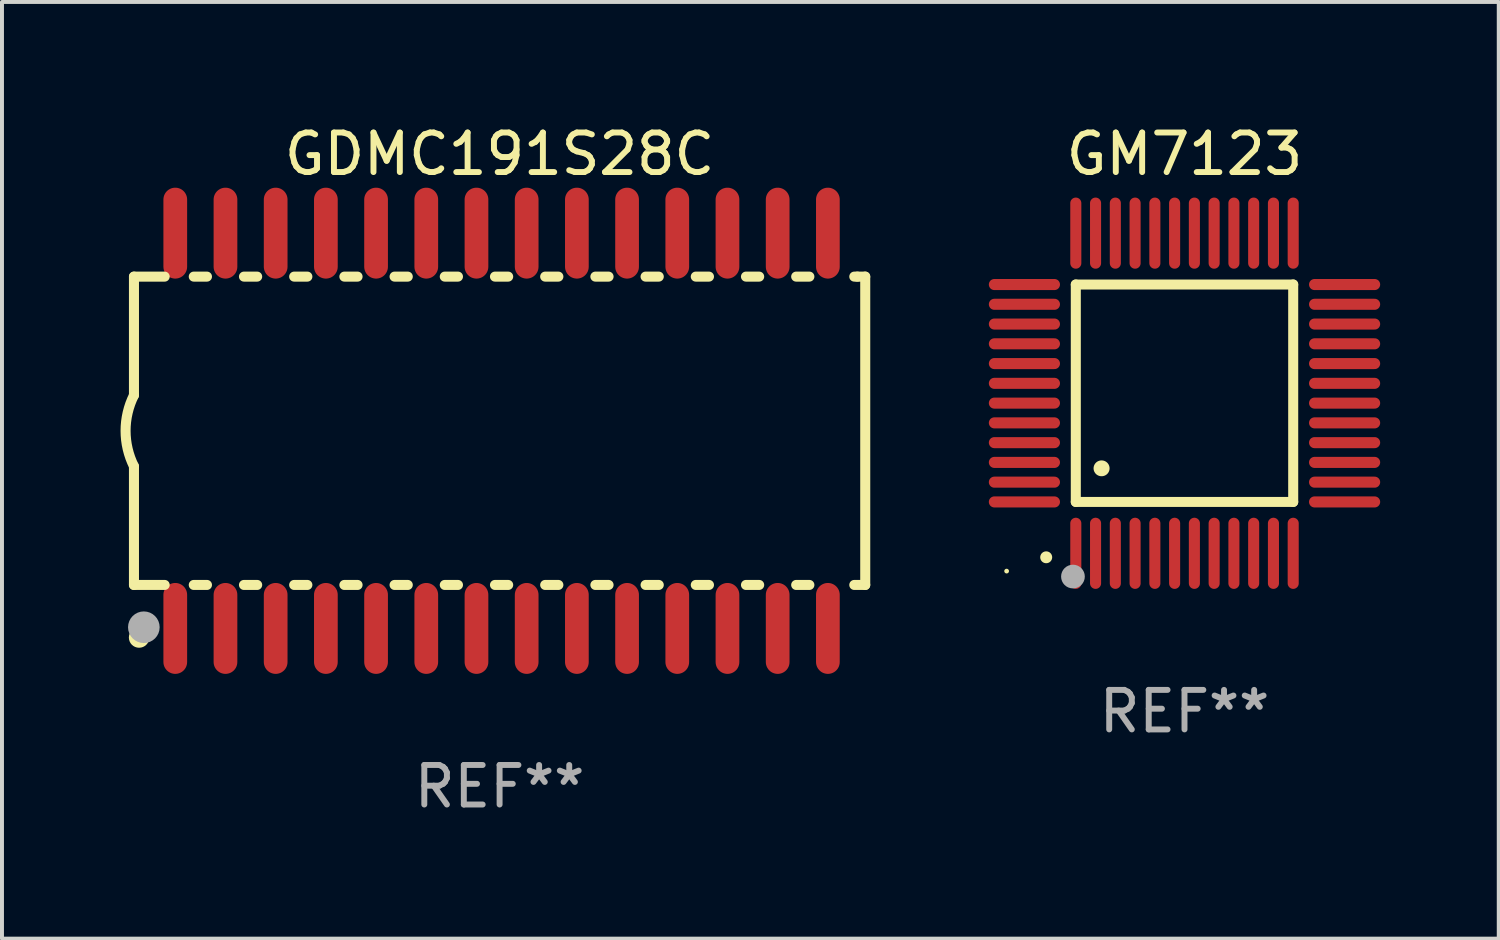
<source format=kicad_pcb>
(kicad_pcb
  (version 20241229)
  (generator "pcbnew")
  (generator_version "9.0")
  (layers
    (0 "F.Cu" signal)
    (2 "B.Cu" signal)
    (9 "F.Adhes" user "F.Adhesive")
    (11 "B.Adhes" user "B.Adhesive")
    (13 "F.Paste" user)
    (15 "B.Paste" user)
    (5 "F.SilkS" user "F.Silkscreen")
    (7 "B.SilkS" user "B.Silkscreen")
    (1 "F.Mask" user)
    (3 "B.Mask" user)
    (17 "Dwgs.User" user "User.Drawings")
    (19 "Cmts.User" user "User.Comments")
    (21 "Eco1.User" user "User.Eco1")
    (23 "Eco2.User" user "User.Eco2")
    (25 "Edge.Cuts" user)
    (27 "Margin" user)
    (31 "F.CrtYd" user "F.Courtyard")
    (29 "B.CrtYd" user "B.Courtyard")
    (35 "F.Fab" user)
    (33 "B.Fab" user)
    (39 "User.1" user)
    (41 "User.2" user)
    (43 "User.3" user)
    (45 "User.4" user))
  (footprint "GM7123"
    (layer "F.Cu")
    (at 26.916 6.898)
    (property "Reference" "GM7123" (at 0 -6.05 0) (layer "F.SilkS") (effects (font (size 1 1) (thickness 0.15))))
    (attr through_hole)
    (fp_line (start -2.75 -2.75) (end 2.75 -2.75) (stroke (width 0.254) (type solid)) (layer "F.SilkS"))
    (fp_line (start -2.75 2.75) (end -2.75 -2.75) (stroke (width 0.254) (type solid)) (layer "F.SilkS"))
    (fp_line (start 2.75 -2.75) (end 2.75 2.75) (stroke (width 0.254) (type solid)) (layer "F.SilkS"))
    (fp_line (start 2.75 2.75) (end -2.75 2.75) (stroke (width 0.254) (type solid)) (layer "F.SilkS"))
    (fp_arc (start -3.500127 4.150368) (mid -3.498857 4.150363) (end -3.497587 4.150368) (stroke (width 0.3) (type solid)) (layer "F.SilkS"))
    (fp_arc (start -2.100584 1.899924) (mid -2.098044 1.899908) (end -2.095504 1.899924) (stroke (width 0.4) (type solid)) (layer "F.SilkS"))
    (fp_circle (center -4.5 4.5) (end -4.47 4.5) (stroke (width 0.06) (type solid)) (fill no) (layer "F.SilkS"))
    (fp_circle (center -2.822 4.638) (end -2.672 4.638) (stroke (width 0.3) (type solid)) (fill no) (layer "F.Fab"))
    (fp_text user "REF**" (at 0 8.05 0) (layer "F.Fab") (effects (font (size 1 1) (thickness 0.15))))
    (pad "1" smd oval (at -2.75 4.05) (size 0.28 1.8) (layers "F.Cu" "F.Mask" "F.Paste"))
    (pad "2" smd oval (at -2.25 4.05) (size 0.28 1.8) (layers "F.Cu" "F.Mask" "F.Paste"))
    (pad "3" smd oval (at -1.75 4.05) (size 0.28 1.8) (layers "F.Cu" "F.Mask" "F.Paste"))
    (pad "4" smd oval (at -1.25 4.05) (size 0.28 1.8) (layers "F.Cu" "F.Mask" "F.Paste"))
    (pad "5" smd oval (at -0.75 4.05) (size 0.28 1.8) (layers "F.Cu" "F.Mask" "F.Paste"))
    (pad "6" smd oval (at -0.25 4.05) (size 0.28 1.8) (layers "F.Cu" "F.Mask" "F.Paste"))
    (pad "7" smd oval (at 0.25 4.05) (size 0.28 1.8) (layers "F.Cu" "F.Mask" "F.Paste"))
    (pad "8" smd oval (at 0.75 4.05) (size 0.28 1.8) (layers "F.Cu" "F.Mask" "F.Paste"))
    (pad "9" smd oval (at 1.25 4.05) (size 0.28 1.8) (layers "F.Cu" "F.Mask" "F.Paste"))
    (pad "10" smd oval (at 1.75 4.05) (size 0.28 1.8) (layers "F.Cu" "F.Mask" "F.Paste"))
    (pad "11" smd oval (at 2.25 4.05) (size 0.28 1.8) (layers "F.Cu" "F.Mask" "F.Paste"))
    (pad "12" smd oval (at 2.75 4.05) (size 0.28 1.8) (layers "F.Cu" "F.Mask" "F.Paste"))
    (pad "13" smd oval (at 4.05 2.75) (size 1.8 0.28) (layers "F.Cu" "F.Mask" "F.Paste"))
    (pad "14" smd oval (at 4.05 2.25) (size 1.8 0.28) (layers "F.Cu" "F.Mask" "F.Paste"))
    (pad "15" smd oval (at 4.05 1.75) (size 1.8 0.28) (layers "F.Cu" "F.Mask" "F.Paste"))
    (pad "16" smd oval (at 4.05 1.25) (size 1.8 0.28) (layers "F.Cu" "F.Mask" "F.Paste"))
    (pad "17" smd oval (at 4.05 0.75) (size 1.8 0.28) (layers "F.Cu" "F.Mask" "F.Paste"))
    (pad "18" smd oval (at 4.05 0.25) (size 1.8 0.28) (layers "F.Cu" "F.Mask" "F.Paste"))
    (pad "19" smd oval (at 4.05 -0.25) (size 1.8 0.28) (layers "F.Cu" "F.Mask" "F.Paste"))
    (pad "20" smd oval (at 4.05 -0.75) (size 1.8 0.28) (layers "F.Cu" "F.Mask" "F.Paste"))
    (pad "21" smd oval (at 4.05 -1.25) (size 1.8 0.28) (layers "F.Cu" "F.Mask" "F.Paste"))
    (pad "22" smd oval (at 4.05 -1.75) (size 1.8 0.28) (layers "F.Cu" "F.Mask" "F.Paste"))
    (pad "23" smd oval (at 4.05 -2.25) (size 1.8 0.28) (layers "F.Cu" "F.Mask" "F.Paste"))
    (pad "24" smd oval (at 4.05 -2.75) (size 1.8 0.28) (layers "F.Cu" "F.Mask" "F.Paste"))
    (pad "25" smd oval (at 2.75 -4.05) (size 0.28 1.8) (layers "F.Cu" "F.Mask" "F.Paste"))
    (pad "26" smd oval (at 2.25 -4.05) (size 0.28 1.8) (layers "F.Cu" "F.Mask" "F.Paste"))
    (pad "27" smd oval (at 1.75 -4.05) (size 0.28 1.8) (layers "F.Cu" "F.Mask" "F.Paste"))
    (pad "28" smd oval (at 1.25 -4.05) (size 0.28 1.8) (layers "F.Cu" "F.Mask" "F.Paste"))
    (pad "29" smd oval (at 0.75 -4.05) (size 0.28 1.8) (layers "F.Cu" "F.Mask" "F.Paste"))
    (pad "30" smd oval (at 0.25 -4.05) (size 0.28 1.8) (layers "F.Cu" "F.Mask" "F.Paste"))
    (pad "31" smd oval (at -0.25 -4.05) (size 0.28 1.8) (layers "F.Cu" "F.Mask" "F.Paste"))
    (pad "32" smd oval (at -0.75 -4.05) (size 0.28 1.8) (layers "F.Cu" "F.Mask" "F.Paste"))
    (pad "33" smd oval (at -1.25 -4.05) (size 0.28 1.8) (layers "F.Cu" "F.Mask" "F.Paste"))
    (pad "34" smd oval (at -1.75 -4.05) (size 0.28 1.8) (layers "F.Cu" "F.Mask" "F.Paste"))
    (pad "35" smd oval (at -2.25 -4.05) (size 0.28 1.8) (layers "F.Cu" "F.Mask" "F.Paste"))
    (pad "36" smd oval (at -2.75 -4.05) (size 0.28 1.8) (layers "F.Cu" "F.Mask" "F.Paste"))
    (pad "37" smd oval (at -4.05 -2.75) (size 1.8 0.28) (layers "F.Cu" "F.Mask" "F.Paste"))
    (pad "38" smd oval (at -4.05 -2.25) (size 1.8 0.28) (layers "F.Cu" "F.Mask" "F.Paste"))
    (pad "39" smd oval (at -4.05 -1.75) (size 1.8 0.28) (layers "F.Cu" "F.Mask" "F.Paste"))
    (pad "40" smd oval (at -4.05 -1.25) (size 1.8 0.28) (layers "F.Cu" "F.Mask" "F.Paste"))
    (pad "41" smd oval (at -4.05 -0.75) (size 1.8 0.28) (layers "F.Cu" "F.Mask" "F.Paste"))
    (pad "42" smd oval (at -4.05 -0.25) (size 1.8 0.28) (layers "F.Cu" "F.Mask" "F.Paste"))
    (pad "43" smd oval (at -4.05 0.25) (size 1.8 0.28) (layers "F.Cu" "F.Mask" "F.Paste"))
    (pad "44" smd oval (at -4.05 0.75) (size 1.8 0.28) (layers "F.Cu" "F.Mask" "F.Paste"))
    (pad "45" smd oval (at -4.05 1.25) (size 1.8 0.28) (layers "F.Cu" "F.Mask" "F.Paste"))
    (pad "46" smd oval (at -4.05 1.75) (size 1.8 0.28) (layers "F.Cu" "F.Mask" "F.Paste"))
    (pad "47" smd oval (at -4.05 2.25) (size 1.8 0.28) (layers "F.Cu" "F.Mask" "F.Paste"))
    (pad "48" smd oval (at -4.05 2.75) (size 1.8 0.28) (layers "F.Cu" "F.Mask" "F.Paste")))
  (footprint "GDMC191S28C"
    (layer "F.Cu")
    (at 9.589 7.848)
    (property "Reference" "GDMC191S28C" (at 0 -7 0) (layer "F.SilkS") (effects (font (size 1 1) (thickness 0.15))))
    (attr through_hole)
    (fp_line (start -9.25 -3.9) (end -9.25 -0.9) (stroke (width 0.254) (type solid)) (layer "F.SilkS"))
    (fp_line (start -9.25 -3.9) (end -8.473 -3.9) (stroke (width 0.254) (type solid)) (layer "F.SilkS"))
    (fp_line (start -9.25 3.9) (end -9.25 0.9) (stroke (width 0.254) (type solid)) (layer "F.SilkS"))
    (fp_line (start -9.25 3.9) (end -8.473 3.9) (stroke (width 0.254) (type solid)) (layer "F.SilkS"))
    (fp_line (start -7.737 -3.9) (end -7.403 -3.9) (stroke (width 0.254) (type solid)) (layer "F.SilkS"))
    (fp_line (start -7.737 3.9) (end -7.403 3.9) (stroke (width 0.254) (type solid)) (layer "F.SilkS"))
    (fp_line (start -6.467 3.9) (end -6.133 3.9) (stroke (width 0.254) (type solid)) (layer "F.SilkS"))
    (fp_line (start -6.467 -3.9) (end -6.133 -3.9) (stroke (width 0.254) (type solid)) (layer "F.SilkS"))
    (fp_line (start -5.197 3.9) (end -4.863 3.9) (stroke (width 0.254) (type solid)) (layer "F.SilkS"))
    (fp_line (start -5.197 -3.9) (end -4.863 -3.9) (stroke (width 0.254) (type solid)) (layer "F.SilkS"))
    (fp_line (start -3.927 3.9) (end -3.593 3.9) (stroke (width 0.254) (type solid)) (layer "F.SilkS"))
    (fp_line (start -3.927 -3.9) (end -3.593 -3.9) (stroke (width 0.254) (type solid)) (layer "F.SilkS"))
    (fp_line (start -2.657 3.9) (end -2.323 3.9) (stroke (width 0.254) (type solid)) (layer "F.SilkS"))
    (fp_line (start -2.657 -3.9) (end -2.323 -3.9) (stroke (width 0.254) (type solid)) (layer "F.SilkS"))
    (fp_line (start -1.387 3.9) (end -1.053 3.9) (stroke (width 0.254) (type solid)) (layer "F.SilkS"))
    (fp_line (start -1.387 -3.9) (end -1.053 -3.9) (stroke (width 0.254) (type solid)) (layer "F.SilkS"))
    (fp_line (start -0.117 3.9) (end 0.217 3.9) (stroke (width 0.254) (type solid)) (layer "F.SilkS"))
    (fp_line (start -0.117 -3.9) (end 0.217 -3.9) (stroke (width 0.254) (type solid)) (layer "F.SilkS"))
    (fp_line (start 1.153 3.9) (end 1.487 3.9) (stroke (width 0.254) (type solid)) (layer "F.SilkS"))
    (fp_line (start 1.153 -3.9) (end 1.487 -3.9) (stroke (width 0.254) (type solid)) (layer "F.SilkS"))
    (fp_line (start 2.423 3.9) (end 2.757 3.9) (stroke (width 0.254) (type solid)) (layer "F.SilkS"))
    (fp_line (start 2.423 -3.9) (end 2.757 -3.9) (stroke (width 0.254) (type solid)) (layer "F.SilkS"))
    (fp_line (start 3.693 3.9) (end 4.027 3.9) (stroke (width 0.254) (type solid)) (layer "F.SilkS"))
    (fp_line (start 3.693 -3.9) (end 4.027 -3.9) (stroke (width 0.254) (type solid)) (layer "F.SilkS"))
    (fp_line (start 4.963 3.9) (end 5.297 3.9) (stroke (width 0.254) (type solid)) (layer "F.SilkS"))
    (fp_line (start 4.963 -3.9) (end 5.297 -3.9) (stroke (width 0.254) (type solid)) (layer "F.SilkS"))
    (fp_line (start 6.233 3.9) (end 6.567 3.9) (stroke (width 0.254) (type solid)) (layer "F.SilkS"))
    (fp_line (start 6.233 -3.9) (end 6.567 -3.9) (stroke (width 0.254) (type solid)) (layer "F.SilkS"))
    (fp_line (start 7.503 -3.9) (end 7.837 -3.9) (stroke (width 0.254) (type solid)) (layer "F.SilkS"))
    (fp_line (start 7.503 3.9) (end 7.837 3.9) (stroke (width 0.254) (type solid)) (layer "F.SilkS"))
    (fp_line (start 8.973 -3.9) (end 9.05 -3.9) (stroke (width 0.254) (type solid)) (layer "F.SilkS"))
    (fp_line (start 8.973 3.9) (end 9.25 3.9) (stroke (width 0.254) (type solid)) (layer "F.SilkS"))
    (fp_line (start 9.05 -3.9) (end 9.25 -3.9) (stroke (width 0.254) (type solid)) (layer "F.SilkS"))
    (fp_line (start 9.25 -3.9) (end 9.25 3.9) (stroke (width 0.254) (type solid)) (layer "F.SilkS"))
    (fp_arc (start -9.249619 0.900432) (mid -9.462013 0.000246) (end -9.249873 -0.9) (stroke (width 0.254001) (type solid)) (layer "F.SilkS"))
    (fp_circle (center -9.2 5.3) (end -9.17 5.3) (stroke (width 0.06) (type solid)) (fill no) (layer "F.SilkS"))
    (fp_circle (center -9.12 5.23) (end -8.988 5.23) (stroke (width 0.254) (type solid)) (fill no) (layer "F.SilkS"))
    (fp_circle (center -9 4.97) (end -8.8 4.97) (stroke (width 0.4) (type solid)) (fill no) (layer "F.Fab"))
    (fp_text user "REF**" (at 0 9 0) (layer "F.Fab") (effects (font (size 1 1) (thickness 0.15))))
    (pad "1" smd oval (at -8.205 5) (size 0.6 2.3) (layers "F.Cu" "F.Mask" "F.Paste"))
    (pad "2" smd oval (at -6.935 5) (size 0.6 2.3) (layers "F.Cu" "F.Mask" "F.Paste"))
    (pad "3" smd oval (at -5.665 5) (size 0.6 2.3) (layers "F.Cu" "F.Mask" "F.Paste"))
    (pad "4" smd oval (at -4.395 5) (size 0.6 2.3) (layers "F.Cu" "F.Mask" "F.Paste"))
    (pad "5" smd oval (at -3.125 5) (size 0.6 2.3) (layers "F.Cu" "F.Mask" "F.Paste"))
    (pad "6" smd oval (at -1.855 5) (size 0.6 2.3) (layers "F.Cu" "F.Mask" "F.Paste"))
    (pad "7" smd oval (at -0.585 5) (size 0.6 2.3) (layers "F.Cu" "F.Mask" "F.Paste"))
    (pad "8" smd oval (at 0.685 5) (size 0.6 2.3) (layers "F.Cu" "F.Mask" "F.Paste"))
    (pad "9" smd oval (at 1.955 5) (size 0.6 2.3) (layers "F.Cu" "F.Mask" "F.Paste"))
    (pad "10" smd oval (at 3.225 5) (size 0.6 2.3) (layers "F.Cu" "F.Mask" "F.Paste"))
    (pad "11" smd oval (at 4.495 5) (size 0.6 2.3) (layers "F.Cu" "F.Mask" "F.Paste"))
    (pad "12" smd oval (at 5.765 5) (size 0.6 2.3) (layers "F.Cu" "F.Mask" "F.Paste"))
    (pad "13" smd oval (at 7.035 5) (size 0.6 2.3) (layers "F.Cu" "F.Mask" "F.Paste"))
    (pad "14" smd oval (at 8.305 5) (size 0.6 2.3) (layers "F.Cu" "F.Mask" "F.Paste"))
    (pad "15" smd oval (at 8.305 -5) (size 0.6 2.3) (layers "F.Cu" "F.Mask" "F.Paste"))
    (pad "16" smd oval (at 7.035 -5) (size 0.6 2.3) (layers "F.Cu" "F.Mask" "F.Paste"))
    (pad "17" smd oval (at 5.765 -5) (size 0.6 2.3) (layers "F.Cu" "F.Mask" "F.Paste"))
    (pad "18" smd oval (at 4.495 -5) (size 0.6 2.3) (layers "F.Cu" "F.Mask" "F.Paste"))
    (pad "19" smd oval (at 3.225 -5) (size 0.6 2.3) (layers "F.Cu" "F.Mask" "F.Paste"))
    (pad "20" smd oval (at 1.955 -5) (size 0.6 2.3) (layers "F.Cu" "F.Mask" "F.Paste"))
    (pad "21" smd oval (at 0.685 -5) (size 0.6 2.3) (layers "F.Cu" "F.Mask" "F.Paste"))
    (pad "22" smd oval (at -0.585 -5) (size 0.6 2.3) (layers "F.Cu" "F.Mask" "F.Paste"))
    (pad "23" smd oval (at -1.855 -5) (size 0.6 2.3) (layers "F.Cu" "F.Mask" "F.Paste"))
    (pad "24" smd oval (at -3.125 -5) (size 0.6 2.3) (layers "F.Cu" "F.Mask" "F.Paste"))
    (pad "25" smd oval (at -4.395 -5) (size 0.6 2.3) (layers "F.Cu" "F.Mask" "F.Paste"))
    (pad "26" smd oval (at -5.665 -5) (size 0.6 2.3) (layers "F.Cu" "F.Mask" "F.Paste"))
    (pad "27" smd oval (at -6.935 -5) (size 0.6 2.3) (layers "F.Cu" "F.Mask" "F.Paste"))
    (pad "28" smd oval (at -8.205 -5) (size 0.6 2.3) (layers "F.Cu" "F.Mask" "F.Paste")))
  (gr_rect
    (start -3 -3)
    (end 34.866 20.697)
    (stroke (width 0.1) (type default))
    (fill no)
    (layer "Edge.Cuts")))
</source>
